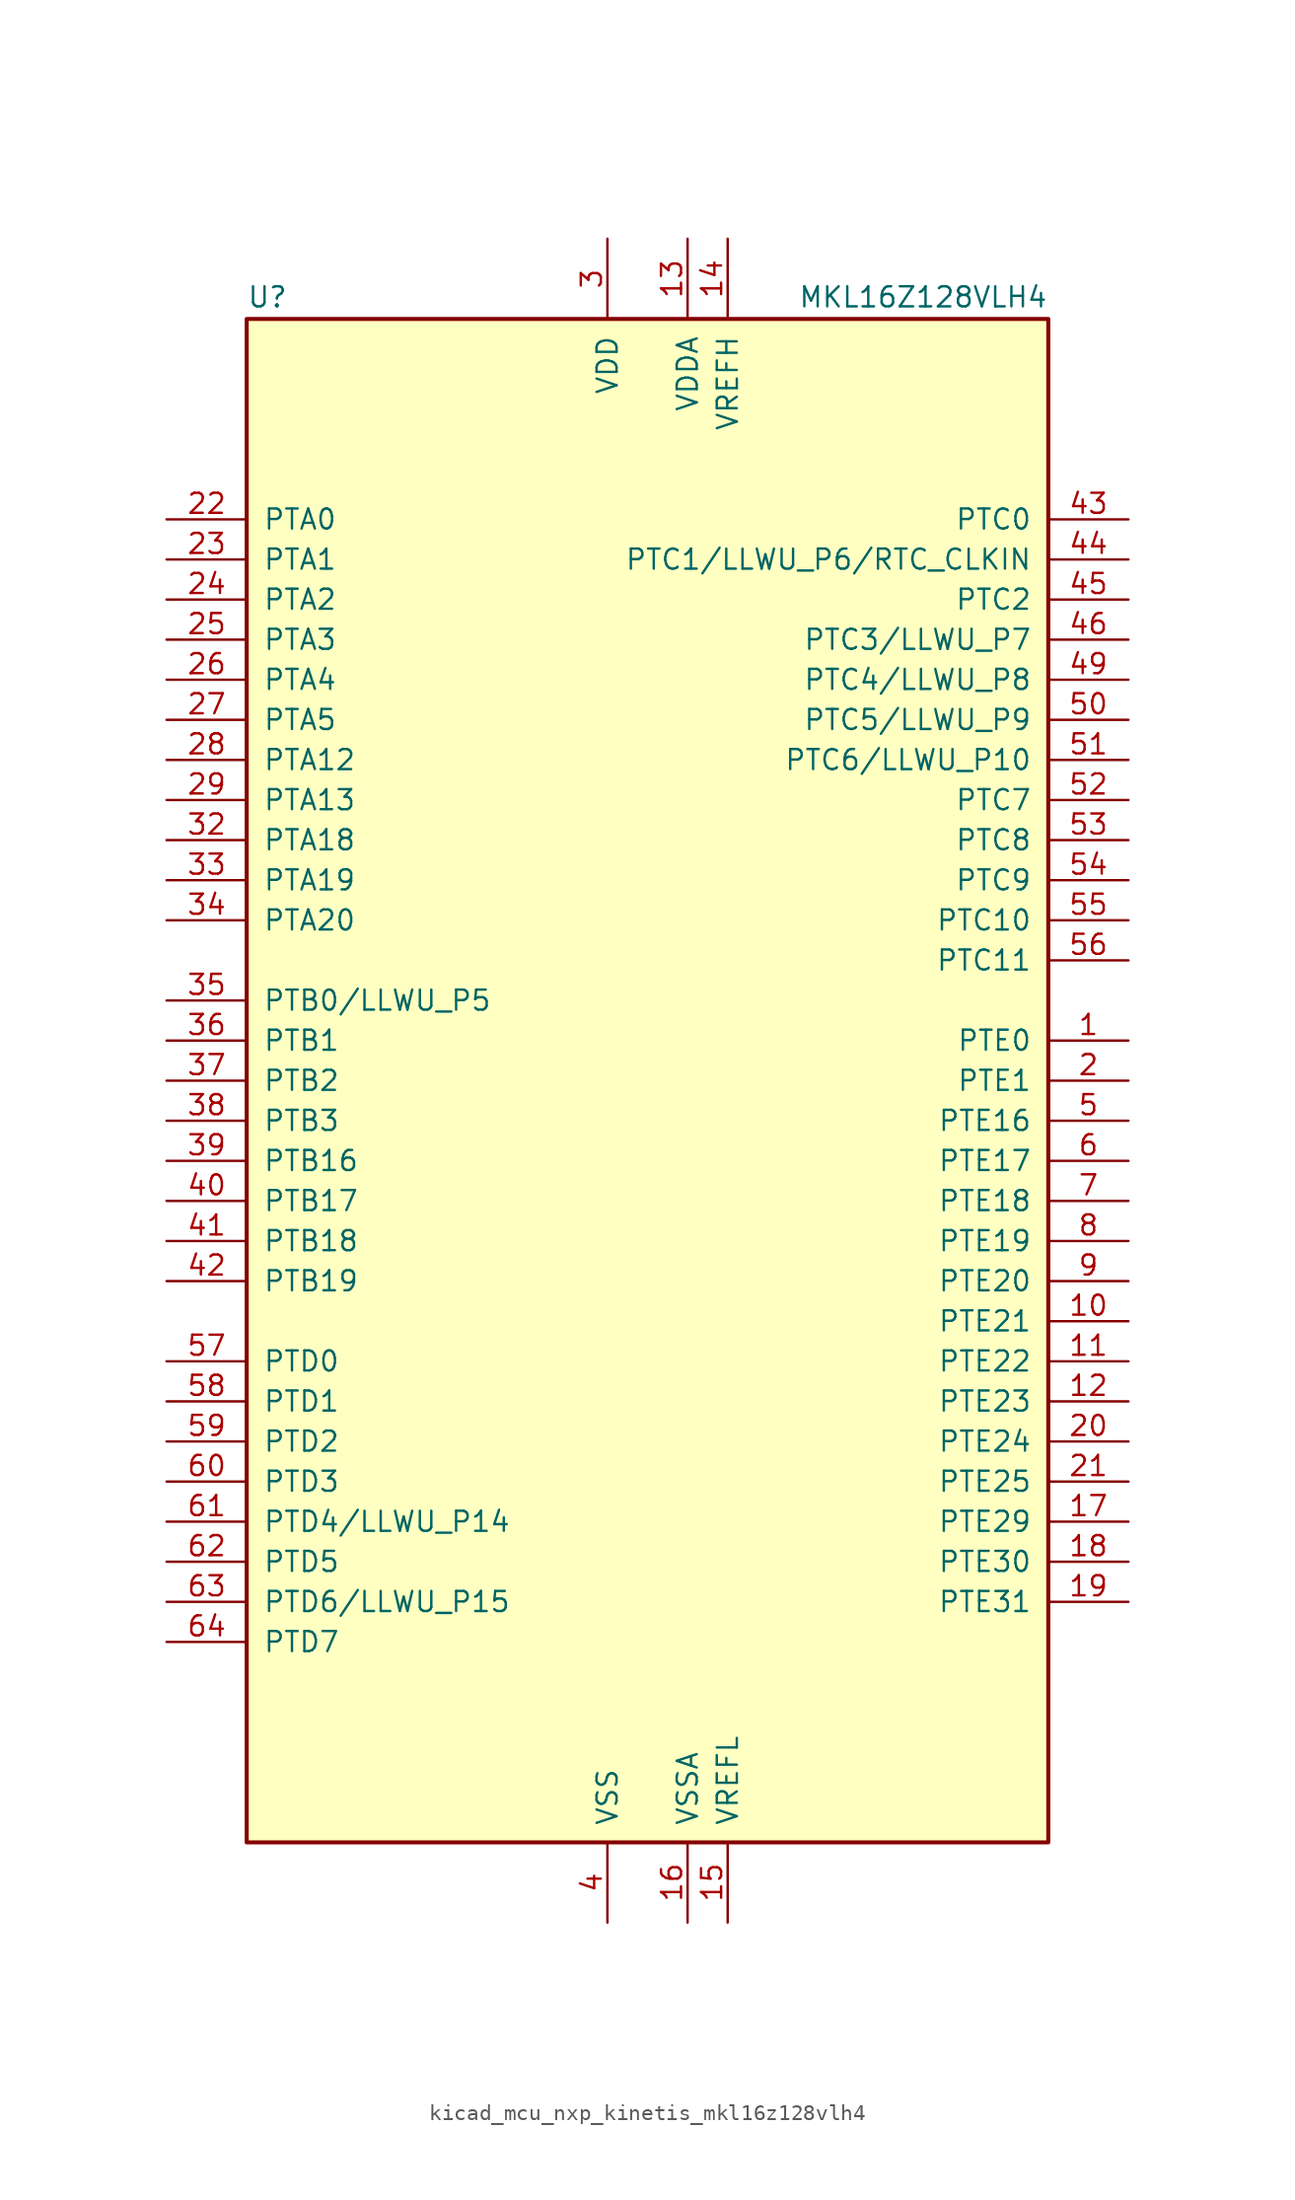
<source format=kicad_sym>
(kicad_symbol_lib
  (version 20220914)
  (generator kicad_symbol_editor)
  (symbol "kicad_mcu_nxp_kinetis_mkl16z128vlh4"
    (pin_names
      (offset 1.016))
    (property "Reference" "U"
      (at -25.4 48.895 0)
      (effects (font (size 1.27 1.27)) (justify left bottom)))
    (property "Value" "MKL16Z128VLH4"
      (at 25.4 48.895 0)
      (effects (font (size 1.27 1.27)) (justify right bottom)))
    (symbol "kicad_mcu_nxp_kinetis_mkl16z128vlh4_0_1"
      (rectangle (start -25.4 48.26) (end 25.4 -48.26) (stroke (width 0.254) (type default)) (fill (type background))))
    (symbol "kicad_mcu_nxp_kinetis_mkl16z128vlh4_1_1"
      (pin bidirectional line (at 30.48 2.54 180) (length 5.08) (name "PTE0" (effects (font (size 1.27 1.27)))) (number "1" (effects (font (size 1.27 1.27)))))
      (pin bidirectional line (at 30.48 -15.24 180) (length 5.08) (name "PTE21" (effects (font (size 1.27 1.27)))) (number "10" (effects (font (size 1.27 1.27)))))
      (pin bidirectional line (at 30.48 -17.78 180) (length 5.08) (name "PTE22" (effects (font (size 1.27 1.27)))) (number "11" (effects (font (size 1.27 1.27)))))
      (pin bidirectional line (at 30.48 -20.32 180) (length 5.08) (name "PTE23" (effects (font (size 1.27 1.27)))) (number "12" (effects (font (size 1.27 1.27)))))
      (pin power_in line (at 2.54 53.34 270) (length 5.08) (name "VDDA" (effects (font (size 1.27 1.27)))) (number "13" (effects (font (size 1.27 1.27)))))
      (pin power_in line (at 5.08 53.34 270) (length 5.08) (name "VREFH" (effects (font (size 1.27 1.27)))) (number "14" (effects (font (size 1.27 1.27)))))
      (pin power_in line (at 5.08 -53.34 90) (length 5.08) (name "VREFL" (effects (font (size 1.27 1.27)))) (number "15" (effects (font (size 1.27 1.27)))))
      (pin power_in line (at 2.54 -53.34 90) (length 5.08) (name "VSSA" (effects (font (size 1.27 1.27)))) (number "16" (effects (font (size 1.27 1.27)))))
      (pin bidirectional line (at 30.48 -27.94 180) (length 5.08) (name "PTE29" (effects (font (size 1.27 1.27)))) (number "17" (effects (font (size 1.27 1.27)))))
      (pin bidirectional line (at 30.48 -30.48 180) (length 5.08) (name "PTE30" (effects (font (size 1.27 1.27)))) (number "18" (effects (font (size 1.27 1.27)))))
      (pin bidirectional line (at 30.48 -33.02 180) (length 5.08) (name "PTE31" (effects (font (size 1.27 1.27)))) (number "19" (effects (font (size 1.27 1.27)))))
      (pin bidirectional line (at 30.48 0 180) (length 5.08) (name "PTE1" (effects (font (size 1.27 1.27)))) (number "2" (effects (font (size 1.27 1.27)))))
      (pin bidirectional line (at 30.48 -22.86 180) (length 5.08) (name "PTE24" (effects (font (size 1.27 1.27)))) (number "20" (effects (font (size 1.27 1.27)))))
      (pin bidirectional line (at 30.48 -25.4 180) (length 5.08) (name "PTE25" (effects (font (size 1.27 1.27)))) (number "21" (effects (font (size 1.27 1.27)))))
      (pin bidirectional line (at -30.48 35.56 0) (length 5.08) (name "PTA0" (effects (font (size 1.27 1.27)))) (number "22" (effects (font (size 1.27 1.27)))))
      (pin bidirectional line (at -30.48 33.02 0) (length 5.08) (name "PTA1" (effects (font (size 1.27 1.27)))) (number "23" (effects (font (size 1.27 1.27)))))
      (pin bidirectional line (at -30.48 30.48 0) (length 5.08) (name "PTA2" (effects (font (size 1.27 1.27)))) (number "24" (effects (font (size 1.27 1.27)))))
      (pin bidirectional line (at -30.48 27.94 0) (length 5.08) (name "PTA3" (effects (font (size 1.27 1.27)))) (number "25" (effects (font (size 1.27 1.27)))))
      (pin bidirectional line (at -30.48 25.4 0) (length 5.08) (name "PTA4" (effects (font (size 1.27 1.27)))) (number "26" (effects (font (size 1.27 1.27)))))
      (pin bidirectional line (at -30.48 22.86 0) (length 5.08) (name "PTA5" (effects (font (size 1.27 1.27)))) (number "27" (effects (font (size 1.27 1.27)))))
      (pin bidirectional line (at -30.48 20.32 0) (length 5.08) (name "PTA12" (effects (font (size 1.27 1.27)))) (number "28" (effects (font (size 1.27 1.27)))))
      (pin bidirectional line (at -30.48 17.78 0) (length 5.08) (name "PTA13" (effects (font (size 1.27 1.27)))) (number "29" (effects (font (size 1.27 1.27)))))
      (pin power_in line (at -2.54 53.34 270) (length 5.08) (name "VDD" (effects (font (size 1.27 1.27)))) (number "3" (effects (font (size 1.27 1.27)))))
      (pin passive line (at -2.54 53.34 270) (length 5.08) hide (name "VDD" (effects (font (size 1.27 1.27)))) (number "30" (effects (font (size 1.27 1.27)))))
      (pin passive line (at -2.54 -53.34 90) (length 5.08) hide (name "VSS" (effects (font (size 1.27 1.27)))) (number "31" (effects (font (size 1.27 1.27)))))
      (pin bidirectional line (at -30.48 15.24 0) (length 5.08) (name "PTA18" (effects (font (size 1.27 1.27)))) (number "32" (effects (font (size 1.27 1.27)))))
      (pin bidirectional line (at -30.48 12.7 0) (length 5.08) (name "PTA19" (effects (font (size 1.27 1.27)))) (number "33" (effects (font (size 1.27 1.27)))))
      (pin bidirectional line (at -30.48 10.16 0) (length 5.08) (name "PTA20" (effects (font (size 1.27 1.27)))) (number "34" (effects (font (size 1.27 1.27)))))
      (pin bidirectional line (at -30.48 5.08 0) (length 5.08) (name "PTB0/LLWU_P5" (effects (font (size 1.27 1.27)))) (number "35" (effects (font (size 1.27 1.27)))))
      (pin bidirectional line (at -30.48 2.54 0) (length 5.08) (name "PTB1" (effects (font (size 1.27 1.27)))) (number "36" (effects (font (size 1.27 1.27)))))
      (pin bidirectional line (at -30.48 0 0) (length 5.08) (name "PTB2" (effects (font (size 1.27 1.27)))) (number "37" (effects (font (size 1.27 1.27)))))
      (pin bidirectional line (at -30.48 -2.54 0) (length 5.08) (name "PTB3" (effects (font (size 1.27 1.27)))) (number "38" (effects (font (size 1.27 1.27)))))
      (pin bidirectional line (at -30.48 -5.08 0) (length 5.08) (name "PTB16" (effects (font (size 1.27 1.27)))) (number "39" (effects (font (size 1.27 1.27)))))
      (pin power_in line (at -2.54 -53.34 90) (length 5.08) (name "VSS" (effects (font (size 1.27 1.27)))) (number "4" (effects (font (size 1.27 1.27)))))
      (pin bidirectional line (at -30.48 -7.62 0) (length 5.08) (name "PTB17" (effects (font (size 1.27 1.27)))) (number "40" (effects (font (size 1.27 1.27)))))
      (pin bidirectional line (at -30.48 -10.16 0) (length 5.08) (name "PTB18" (effects (font (size 1.27 1.27)))) (number "41" (effects (font (size 1.27 1.27)))))
      (pin bidirectional line (at -30.48 -12.7 0) (length 5.08) (name "PTB19" (effects (font (size 1.27 1.27)))) (number "42" (effects (font (size 1.27 1.27)))))
      (pin bidirectional line (at 30.48 35.56 180) (length 5.08) (name "PTC0" (effects (font (size 1.27 1.27)))) (number "43" (effects (font (size 1.27 1.27)))))
      (pin bidirectional line (at 30.48 33.02 180) (length 5.08) (name "PTC1/LLWU_P6/RTC_CLKIN" (effects (font (size 1.27 1.27)))) (number "44" (effects (font (size 1.27 1.27)))))
      (pin bidirectional line (at 30.48 30.48 180) (length 5.08) (name "PTC2" (effects (font (size 1.27 1.27)))) (number "45" (effects (font (size 1.27 1.27)))))
      (pin bidirectional line (at 30.48 27.94 180) (length 5.08) (name "PTC3/LLWU_P7" (effects (font (size 1.27 1.27)))) (number "46" (effects (font (size 1.27 1.27)))))
      (pin passive line (at -2.54 -53.34 90) (length 5.08) hide (name "VSS" (effects (font (size 1.27 1.27)))) (number "47" (effects (font (size 1.27 1.27)))))
      (pin passive line (at -2.54 53.34 270) (length 5.08) hide (name "VDD" (effects (font (size 1.27 1.27)))) (number "48" (effects (font (size 1.27 1.27)))))
      (pin bidirectional line (at 30.48 25.4 180) (length 5.08) (name "PTC4/LLWU_P8" (effects (font (size 1.27 1.27)))) (number "49" (effects (font (size 1.27 1.27)))))
      (pin bidirectional line (at 30.48 -2.54 180) (length 5.08) (name "PTE16" (effects (font (size 1.27 1.27)))) (number "5" (effects (font (size 1.27 1.27)))))
      (pin bidirectional line (at 30.48 22.86 180) (length 5.08) (name "PTC5/LLWU_P9" (effects (font (size 1.27 1.27)))) (number "50" (effects (font (size 1.27 1.27)))))
      (pin bidirectional line (at 30.48 20.32 180) (length 5.08) (name "PTC6/LLWU_P10" (effects (font (size 1.27 1.27)))) (number "51" (effects (font (size 1.27 1.27)))))
      (pin bidirectional line (at 30.48 17.78 180) (length 5.08) (name "PTC7" (effects (font (size 1.27 1.27)))) (number "52" (effects (font (size 1.27 1.27)))))
      (pin bidirectional line (at 30.48 15.24 180) (length 5.08) (name "PTC8" (effects (font (size 1.27 1.27)))) (number "53" (effects (font (size 1.27 1.27)))))
      (pin bidirectional line (at 30.48 12.7 180) (length 5.08) (name "PTC9" (effects (font (size 1.27 1.27)))) (number "54" (effects (font (size 1.27 1.27)))))
      (pin bidirectional line (at 30.48 10.16 180) (length 5.08) (name "PTC10" (effects (font (size 1.27 1.27)))) (number "55" (effects (font (size 1.27 1.27)))))
      (pin bidirectional line (at 30.48 7.62 180) (length 5.08) (name "PTC11" (effects (font (size 1.27 1.27)))) (number "56" (effects (font (size 1.27 1.27)))))
      (pin bidirectional line (at -30.48 -17.78 0) (length 5.08) (name "PTD0" (effects (font (size 1.27 1.27)))) (number "57" (effects (font (size 1.27 1.27)))))
      (pin bidirectional line (at -30.48 -20.32 0) (length 5.08) (name "PTD1" (effects (font (size 1.27 1.27)))) (number "58" (effects (font (size 1.27 1.27)))))
      (pin bidirectional line (at -30.48 -22.86 0) (length 5.08) (name "PTD2" (effects (font (size 1.27 1.27)))) (number "59" (effects (font (size 1.27 1.27)))))
      (pin bidirectional line (at 30.48 -5.08 180) (length 5.08) (name "PTE17" (effects (font (size 1.27 1.27)))) (number "6" (effects (font (size 1.27 1.27)))))
      (pin bidirectional line (at -30.48 -25.4 0) (length 5.08) (name "PTD3" (effects (font (size 1.27 1.27)))) (number "60" (effects (font (size 1.27 1.27)))))
      (pin bidirectional line (at -30.48 -27.94 0) (length 5.08) (name "PTD4/LLWU_P14" (effects (font (size 1.27 1.27)))) (number "61" (effects (font (size 1.27 1.27)))))
      (pin bidirectional line (at -30.48 -30.48 0) (length 5.08) (name "PTD5" (effects (font (size 1.27 1.27)))) (number "62" (effects (font (size 1.27 1.27)))))
      (pin bidirectional line (at -30.48 -33.02 0) (length 5.08) (name "PTD6/LLWU_P15" (effects (font (size 1.27 1.27)))) (number "63" (effects (font (size 1.27 1.27)))))
      (pin bidirectional line (at -30.48 -35.56 0) (length 5.08) (name "PTD7" (effects (font (size 1.27 1.27)))) (number "64" (effects (font (size 1.27 1.27)))))
      (pin bidirectional line (at 30.48 -7.62 180) (length 5.08) (name "PTE18" (effects (font (size 1.27 1.27)))) (number "7" (effects (font (size 1.27 1.27)))))
      (pin bidirectional line (at 30.48 -10.16 180) (length 5.08) (name "PTE19" (effects (font (size 1.27 1.27)))) (number "8" (effects (font (size 1.27 1.27)))))
      (pin bidirectional line (at 30.48 -12.7 180) (length 5.08) (name "PTE20" (effects (font (size 1.27 1.27)))) (number "9" (effects (font (size 1.27 1.27))))))))
</source>
